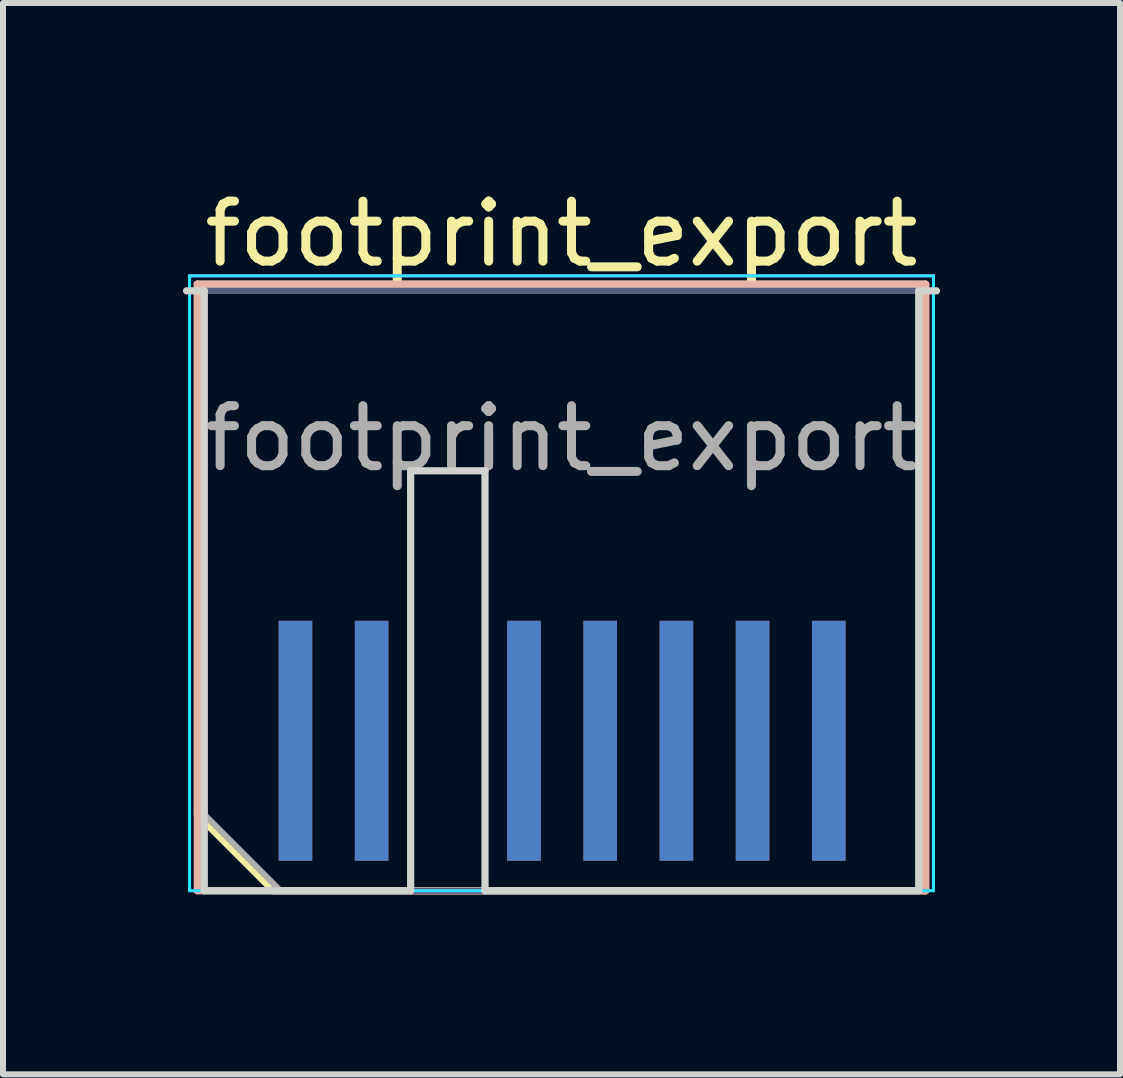
<source format=kicad_pcb>
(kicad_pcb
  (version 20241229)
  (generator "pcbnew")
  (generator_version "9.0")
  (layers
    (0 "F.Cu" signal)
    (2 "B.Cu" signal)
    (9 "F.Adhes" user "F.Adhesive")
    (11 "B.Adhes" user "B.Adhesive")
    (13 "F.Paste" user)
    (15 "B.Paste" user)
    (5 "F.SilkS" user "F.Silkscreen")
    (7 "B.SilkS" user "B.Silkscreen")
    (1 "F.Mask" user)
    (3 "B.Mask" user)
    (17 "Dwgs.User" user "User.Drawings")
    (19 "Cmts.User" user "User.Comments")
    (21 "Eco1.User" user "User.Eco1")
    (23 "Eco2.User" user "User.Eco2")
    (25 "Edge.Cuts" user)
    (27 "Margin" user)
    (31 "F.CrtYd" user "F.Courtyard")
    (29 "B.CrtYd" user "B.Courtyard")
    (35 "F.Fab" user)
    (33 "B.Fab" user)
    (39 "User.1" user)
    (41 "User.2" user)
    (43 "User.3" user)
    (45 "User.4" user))
  (footprint "footprint_export"
    (layer "F.Cu")
    (at 6.31 6.798)
    (property "Reference" "footprint_export" (at 0 -5.95 0) (layer "F.SilkS") (effects (font (size 1 1) (thickness 0.15))))
    (attr exclude_from_pos_files exclude_from_bom)
    (fp_line (start -6.07 -5.11) (end 6.07 -5.11) (stroke (width 0.12) (type solid)) (layer "F.SilkS"))
    (fp_line (start -6.07 3.73) (end -6.07 -5.11) (stroke (width 0.12) (type solid)) (layer "F.SilkS"))
    (fp_line (start -4.8 5) (end -6.07 3.73) (stroke (width 0.12) (type solid)) (layer "F.SilkS"))
    (fp_line (start -4.8 5) (end 6.07 5) (stroke (width 0.12) (type solid)) (layer "F.SilkS"))
    (fp_line (start 6.07 5) (end 6.07 -5.11) (stroke (width 0.12) (type solid)) (layer "F.SilkS"))
    (fp_line (start -6.07 -5.11) (end 6.07 -5.11) (stroke (width 0.12) (type solid)) (layer "B.SilkS"))
    (fp_line (start -6.07 5) (end -6.07 -5.11) (stroke (width 0.12) (type solid)) (layer "B.SilkS"))
    (fp_line (start -6.07 5) (end 6.07 5) (stroke (width 0.12) (type solid)) (layer "B.SilkS"))
    (fp_line (start 6.07 5) (end 6.07 -5.11) (stroke (width 0.12) (type solid)) (layer "B.SilkS"))
    (fp_line (start -6.25 -5) (end -5.955 -5) (stroke (width 0.12) (type solid)) (layer "Edge.Cuts"))
    (fp_line (start -5.955 5) (end -5.955 -5) (stroke (width 0.12) (type solid)) (layer "Edge.Cuts"))
    (fp_line (start -5.955 5) (end -2.515 5) (stroke (width 0.12) (type solid)) (layer "Edge.Cuts"))
    (fp_line (start -2.515 -2) (end -1.275 -2) (stroke (width 0.12) (type solid)) (layer "Edge.Cuts"))
    (fp_line (start -2.515 5) (end -2.515 -2) (stroke (width 0.12) (type solid)) (layer "Edge.Cuts"))
    (fp_line (start -1.275 5) (end -1.275 -2) (stroke (width 0.12) (type solid)) (layer "Edge.Cuts"))
    (fp_line (start -1.275 5) (end 5.955 5) (stroke (width 0.12) (type solid)) (layer "Edge.Cuts"))
    (fp_line (start 5.955 5) (end 5.955 -5) (stroke (width 0.12) (type solid)) (layer "Edge.Cuts"))
    (fp_line (start 6.25 -5) (end 5.955 -5) (stroke (width 0.12) (type solid)) (layer "Edge.Cuts"))
    (fp_line (start -6.2 -5.25) (end -6.2 5) (stroke (width 0.05) (type solid)) (layer "B.CrtYd"))
    (fp_line (start -6.2 5) (end 6.2 5) (stroke (width 0.05) (type solid)) (layer "B.CrtYd"))
    (fp_line (start 6.2 -5.25) (end -6.2 -5.25) (stroke (width 0.05) (type solid)) (layer "B.CrtYd"))
    (fp_line (start 6.2 5) (end 6.2 -5.25) (stroke (width 0.05) (type solid)) (layer "B.CrtYd"))
    (fp_line (start -6.2 -5.25) (end -6.2 5) (stroke (width 0.05) (type solid)) (layer "F.CrtYd"))
    (fp_line (start -6.2 5) (end 6.2 5) (stroke (width 0.05) (type solid)) (layer "F.CrtYd"))
    (fp_line (start 6.2 -5.25) (end -6.2 -5.25) (stroke (width 0.05) (type solid)) (layer "F.CrtYd"))
    (fp_line (start 6.2 5) (end 6.2 -5.25) (stroke (width 0.05) (type solid)) (layer "F.CrtYd"))
    (fp_line (start -5.955 -5) (end 5.955 -5) (stroke (width 0.1) (type solid)) (layer "B.Fab"))
    (fp_line (start -5.955 5) (end -5.955 -5) (stroke (width 0.1) (type solid)) (layer "B.Fab"))
    (fp_line (start -5.955 5) (end 5.955 5) (stroke (width 0.1) (type solid)) (layer "B.Fab"))
    (fp_line (start 5.955 5) (end 5.955 -5) (stroke (width 0.1) (type solid)) (layer "B.Fab"))
    (fp_line (start -5.955 -5) (end 5.955 -5) (stroke (width 0.1) (type solid)) (layer "F.Fab"))
    (fp_line (start -5.955 3.73) (end -5.955 -5) (stroke (width 0.1) (type solid)) (layer "F.Fab"))
    (fp_line (start -5.955 3.73) (end -4.685 5) (stroke (width 0.1) (type solid)) (layer "F.Fab"))
    (fp_line (start -4.685 5) (end 5.955 5) (stroke (width 0.1) (type solid)) (layer "F.Fab"))
    (fp_line (start 5.955 5) (end 5.955 -5) (stroke (width 0.1) (type solid)) (layer "F.Fab"))
    (fp_text user "${REFERENCE}" (at 0 -2.54 0) (layer "F.Fab") (effects (font (size 1 1) (thickness 0.15))))
    (pad "1" connect rect (at -4.435 2.5) (size 0.56 4) (layers "F.Cu" "F.Mask"))
    (pad "2" connect rect (at -4.435 2.5) (size 0.56 4) (layers "B.Cu" "B.Mask"))
    (pad "3" connect rect (at -3.165 2.5) (size 0.56 4) (layers "F.Cu" "F.Mask"))
    (pad "4" connect rect (at -3.165 2.5) (size 0.56 4) (layers "B.Cu" "B.Mask"))
    (pad "7" connect rect (at -0.625 2.5) (size 0.56 4) (layers "F.Cu" "F.Mask"))
    (pad "8" connect rect (at -0.625 2.5) (size 0.56 4) (layers "B.Cu" "B.Mask"))
    (pad "9" connect rect (at 0.645 2.5) (size 0.56 4) (layers "F.Cu" "F.Mask"))
    (pad "10" connect rect (at 0.645 2.5) (size 0.56 4) (layers "B.Cu" "B.Mask"))
    (pad "11" connect rect (at 1.915 2.5) (size 0.56 4) (layers "F.Cu" "F.Mask"))
    (pad "12" connect rect (at 1.915 2.5) (size 0.56 4) (layers "B.Cu" "B.Mask"))
    (pad "13" connect rect (at 3.185 2.5) (size 0.56 4) (layers "F.Cu" "F.Mask"))
    (pad "14" connect rect (at 3.185 2.5) (size 0.56 4) (layers "B.Cu" "B.Mask"))
    (pad "15" connect rect (at 4.455 2.5) (size 0.56 4) (layers "F.Cu" "F.Mask"))
    (pad "16" connect rect (at 4.455 2.5) (size 0.56 4) (layers "B.Cu" "B.Mask")))
  (gr_rect
    (start -3 -3)
    (end 15.62 14.858)
    (stroke (width 0.1) (type default))
    (fill no)
    (layer "Edge.Cuts")))
</source>
